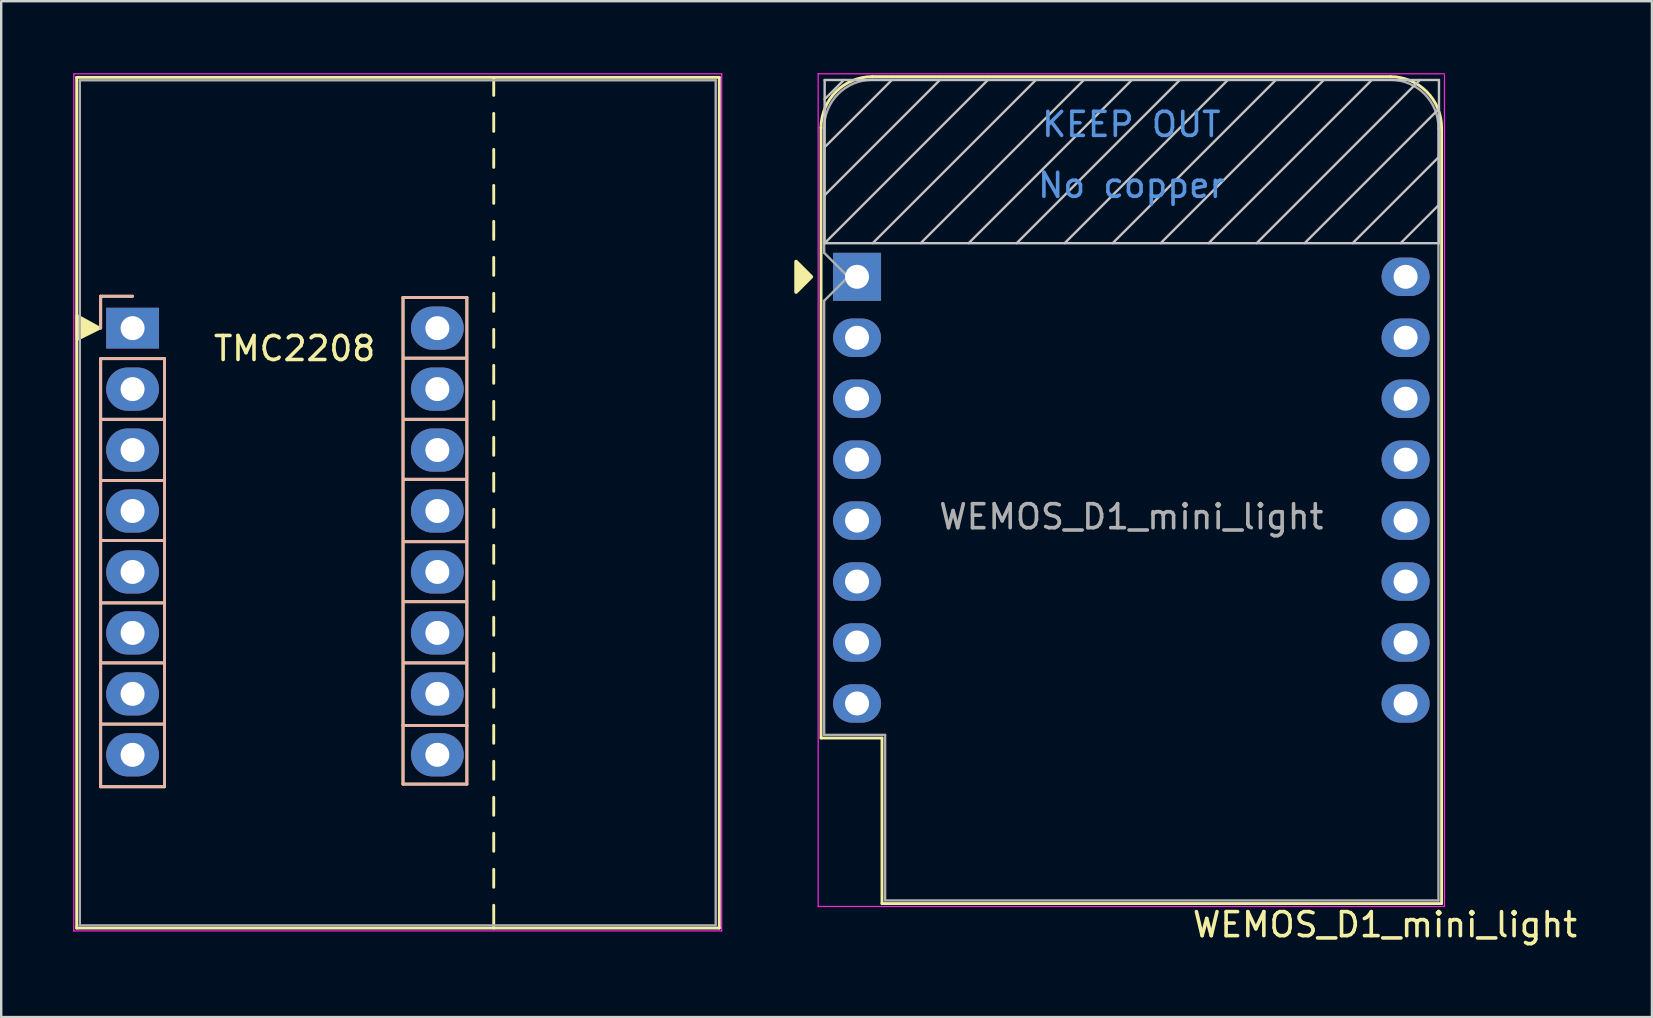
<source format=kicad_pcb>
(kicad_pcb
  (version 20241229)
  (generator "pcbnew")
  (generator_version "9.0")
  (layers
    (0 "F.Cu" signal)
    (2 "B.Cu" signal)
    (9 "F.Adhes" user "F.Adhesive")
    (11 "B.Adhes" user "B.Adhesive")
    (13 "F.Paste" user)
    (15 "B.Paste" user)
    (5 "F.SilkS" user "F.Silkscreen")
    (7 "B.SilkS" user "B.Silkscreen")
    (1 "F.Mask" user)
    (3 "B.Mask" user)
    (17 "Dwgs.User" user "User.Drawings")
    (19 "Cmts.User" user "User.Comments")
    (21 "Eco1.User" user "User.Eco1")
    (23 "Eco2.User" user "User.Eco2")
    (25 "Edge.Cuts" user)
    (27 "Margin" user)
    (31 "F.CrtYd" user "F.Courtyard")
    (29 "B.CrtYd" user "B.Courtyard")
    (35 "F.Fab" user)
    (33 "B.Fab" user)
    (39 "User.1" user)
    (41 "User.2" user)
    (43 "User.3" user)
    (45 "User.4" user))
  (footprint "WEMOS_D1_mini_light"
    (layer "F.Cu")
    (at 32.665 8.485)
    (property "Reference" "WEMOS_D1_mini_light" (at 22 27 0) (layer "F.SilkS") (effects (font (size 1 1) (thickness 0.15))))
    (attr through_hole)
    (fp_line (start -1.5 19.22) (end -1.5 -6.21) (stroke (width 0.12) (type solid)) (layer "F.SilkS"))
    (fp_line (start -1.5 19.22) (end 1.04 19.22) (stroke (width 0.12) (type solid)) (layer "F.SilkS"))
    (fp_line (start 1.04 19.22) (end 1.04 26.12) (stroke (width 0.12) (type solid)) (layer "F.SilkS"))
    (fp_line (start 1.04 26.12) (end 24.36 26.12) (stroke (width 0.12) (type solid)) (layer "F.SilkS"))
    (fp_line (start 22.24 -8.34) (end 0.63 -8.34) (stroke (width 0.12) (type solid)) (layer "F.SilkS"))
    (fp_line (start 24.36 26.12) (end 24.36 -6.21) (stroke (width 0.12) (type solid)) (layer "F.SilkS"))
    (fp_arc (start -1.5 -6.21) (mid -0.876137 -7.716137) (end 0.63 -8.34) (stroke (width 0.12) (type solid)) (layer "F.SilkS"))
    (fp_arc (start 22.23 -8.34) (mid 23.736137 -7.716137) (end 24.36 -6.21) (stroke (width 0.12) (type solid)) (layer "F.SilkS"))
    (fp_poly (pts (xy -2.54 -0.635) (xy -2.54 0.635) (xy -1.905 0)) (stroke (width 0.15) (type solid)) (fill yes) (layer "F.SilkS"))
    (fp_line (start -1.35 -8.2) (end -1.35 -1.4) (stroke (width 0.1) (type solid)) (layer "Dwgs.User"))
    (fp_line (start -1.35 -7.4) (end -0.55 -8.2) (stroke (width 0.1) (type solid)) (layer "Dwgs.User"))
    (fp_line (start -1.35 -3.4) (end 3.45 -8.2) (stroke (width 0.1) (type solid)) (layer "Dwgs.User"))
    (fp_line (start -1.35 -1.4) (end 5.45 -8.2) (stroke (width 0.1) (type solid)) (layer "Dwgs.User"))
    (fp_line (start -1.35 -1.4) (end 24.25 -1.4) (stroke (width 0.1) (type solid)) (layer "Dwgs.User"))
    (fp_line (start -1.3 -5.45) (end 1.45 -8.2) (stroke (width 0.1) (type solid)) (layer "Dwgs.User"))
    (fp_line (start 0.65 -1.4) (end 7.45 -8.2) (stroke (width 0.1) (type solid)) (layer "Dwgs.User"))
    (fp_line (start 2.65 -1.4) (end 9.45 -8.2) (stroke (width 0.1) (type solid)) (layer "Dwgs.User"))
    (fp_line (start 4.65 -1.4) (end 11.45 -8.2) (stroke (width 0.1) (type solid)) (layer "Dwgs.User"))
    (fp_line (start 6.65 -1.4) (end 13.45 -8.2) (stroke (width 0.1) (type solid)) (layer "Dwgs.User"))
    (fp_line (start 8.65 -1.4) (end 15.45 -8.2) (stroke (width 0.1) (type solid)) (layer "Dwgs.User"))
    (fp_line (start 10.65 -1.4) (end 17.45 -8.2) (stroke (width 0.1) (type solid)) (layer "Dwgs.User"))
    (fp_line (start 12.65 -1.4) (end 19.45 -8.2) (stroke (width 0.1) (type solid)) (layer "Dwgs.User"))
    (fp_line (start 14.65 -1.4) (end 21.45 -8.2) (stroke (width 0.1) (type solid)) (layer "Dwgs.User"))
    (fp_line (start 16.65 -1.4) (end 23.45 -8.2) (stroke (width 0.1) (type solid)) (layer "Dwgs.User"))
    (fp_line (start 18.65 -1.4) (end 24.25 -7) (stroke (width 0.1) (type solid)) (layer "Dwgs.User"))
    (fp_line (start 20.65 -1.4) (end 24.25 -5) (stroke (width 0.1) (type solid)) (layer "Dwgs.User"))
    (fp_line (start 22.65 -1.4) (end 24.25 -3) (stroke (width 0.1) (type solid)) (layer "Dwgs.User"))
    (fp_line (start 24.25 -8.2) (end -1.35 -8.2) (stroke (width 0.1) (type solid)) (layer "Dwgs.User"))
    (fp_line (start 24.25 -1.4) (end 24.25 -8.2) (stroke (width 0.1) (type solid)) (layer "Dwgs.User"))
    (fp_line (start -1.62 -8.46) (end 24.48 -8.46) (stroke (width 0.05) (type solid)) (layer "F.CrtYd"))
    (fp_line (start -1.62 26.24) (end -1.62 -8.46) (stroke (width 0.05) (type solid)) (layer "F.CrtYd"))
    (fp_line (start 24.48 -8.41) (end 24.48 26.24) (stroke (width 0.05) (type solid)) (layer "F.CrtYd"))
    (fp_line (start 24.48 26.24) (end -1.62 26.24) (stroke (width 0.05) (type solid)) (layer "F.CrtYd"))
    (fp_line (start -1.37 -6.21) (end -1.37 -1) (stroke (width 0.1) (type solid)) (layer "F.Fab"))
    (fp_line (start -1.37 1) (end -1.37 19.09) (stroke (width 0.1) (type solid)) (layer "F.Fab"))
    (fp_line (start -1.37 1) (end -0.37 0) (stroke (width 0.1) (type solid)) (layer "F.Fab"))
    (fp_line (start -1.37 19.09) (end 1.17 19.09) (stroke (width 0.1) (type solid)) (layer "F.Fab"))
    (fp_line (start -0.37 0) (end -1.37 -1) (stroke (width 0.1) (type solid)) (layer "F.Fab"))
    (fp_line (start 1.17 19.09) (end 1.17 25.99) (stroke (width 0.1) (type solid)) (layer "F.Fab"))
    (fp_line (start 1.17 25.99) (end 24.23 25.99) (stroke (width 0.1) (type solid)) (layer "F.Fab"))
    (fp_line (start 22.23 -8.21) (end 0.63 -8.21) (stroke (width 0.1) (type solid)) (layer "F.Fab"))
    (fp_line (start 24.23 25.99) (end 24.23 -6.21) (stroke (width 0.1) (type solid)) (layer "F.Fab"))
    (fp_arc (start -1.37 -6.21) (mid -0.784214 -7.624214) (end 0.63 -8.21) (stroke (width 0.1) (type solid)) (layer "F.Fab"))
    (fp_arc (start 22.25 -8.21) (mid 23.658356 -7.610071) (end 24.23 -6.19) (stroke (width 0.1) (type solid)) (layer "F.Fab"))
    (fp_text user "No copper" (at 11.43 -3.81 0) (layer "Cmts.User") (effects (font (size 1 1) (thickness 0.15))))
    (fp_text user "KEEP OUT" (at 11.43 -6.35 0) (layer "Cmts.User") (effects (font (size 1 1) (thickness 0.15))))
    (fp_text user "${REFERENCE}" (at 11.43 10 0) (layer "F.Fab") (effects (font (size 1 1) (thickness 0.15))))
    (pad "1" thru_hole rect (at 0 0) (size 2 2) (drill 1) (layers "*.Cu" "*.Mask"))
    (pad "2" thru_hole oval (at 0 2.54) (size 2 1.6) (drill 1) (layers "*.Cu" "*.Mask"))
    (pad "3" thru_hole oval (at 0 5.08) (size 2 1.6) (drill 1) (layers "*.Cu" "*.Mask"))
    (pad "4" thru_hole oval (at 0 7.62) (size 2 1.6) (drill 1) (layers "*.Cu" "*.Mask"))
    (pad "5" thru_hole oval (at 0 10.16) (size 2 1.6) (drill 1) (layers "*.Cu" "*.Mask"))
    (pad "6" thru_hole oval (at 0 12.7) (size 2 1.6) (drill 1) (layers "*.Cu" "*.Mask"))
    (pad "7" thru_hole oval (at 0 15.24) (size 2 1.6) (drill 1) (layers "*.Cu" "*.Mask"))
    (pad "8" thru_hole oval (at 0 17.78) (size 2 1.6) (drill 1) (layers "*.Cu" "*.Mask"))
    (pad "9" thru_hole oval (at 22.86 17.78) (size 2 1.6) (drill 1) (layers "*.Cu" "*.Mask"))
    (pad "10" thru_hole oval (at 22.86 15.24) (size 2 1.6) (drill 1) (layers "*.Cu" "*.Mask"))
    (pad "11" thru_hole oval (at 22.86 12.7) (size 2 1.6) (drill 1) (layers "*.Cu" "*.Mask"))
    (pad "12" thru_hole oval (at 22.86 10.16) (size 2 1.6) (drill 1) (layers "*.Cu" "*.Mask"))
    (pad "13" thru_hole oval (at 22.86 7.62) (size 2 1.6) (drill 1) (layers "*.Cu" "*.Mask"))
    (pad "14" thru_hole oval (at 22.86 5.08) (size 2 1.6) (drill 1) (layers "*.Cu" "*.Mask"))
    (pad "15" thru_hole oval (at 22.86 2.54) (size 2 1.6) (drill 1) (layers "*.Cu" "*.Mask"))
    (pad "16" thru_hole oval (at 22.86 0) (size 2 1.6) (drill 1) (layers "*.Cu" "*.Mask")))
  (footprint "TMC2208"
    (layer "F.Cu")
    (at 0.675 8.825)
    (property "Reference" "TMC2208" (at 8.55 2.65 0) (layer "F.SilkS") (effects (font (size 1 1) (thickness 0.15))))
    (attr through_hole)
    (fp_line (start -0.53 26.8) (end -0.53 -8.65) (stroke (width 0.12) (type solid)) (layer "F.SilkS"))
    (fp_line (start -0.53 26.8) (end 26.25 26.8) (stroke (width 0.12) (type solid)) (layer "F.SilkS"))
    (fp_line (start 0.47 0.47) (end 1.8 0.47) (stroke (width 0.12) (type solid)) (layer "F.SilkS"))
    (fp_line (start 0.47 1.8) (end 0.47 0.47) (stroke (width 0.12) (type solid)) (layer "F.SilkS"))
    (fp_line (start 0.47 3.07) (end 0.47 20.91) (stroke (width 0.12) (type solid)) (layer "F.SilkS"))
    (fp_line (start 0.47 3.07) (end 3.13 3.07) (stroke (width 0.12) (type solid)) (layer "F.SilkS"))
    (fp_line (start 0.47 20.91) (end 3.13 20.91) (stroke (width 0.12) (type solid)) (layer "F.SilkS"))
    (fp_line (start 3.05 18.3) (end 0.5 18.3) (stroke (width 0.12) (type solid)) (layer "F.SilkS"))
    (fp_line (start 3.1 5.6) (end 0.5 5.6) (stroke (width 0.12) (type solid)) (layer "F.SilkS"))
    (fp_line (start 3.1 8.15) (end 0.5 8.15) (stroke (width 0.12) (type solid)) (layer "F.SilkS"))
    (fp_line (start 3.1 10.65) (end 0.5 10.65) (stroke (width 0.12) (type solid)) (layer "F.SilkS"))
    (fp_line (start 3.1 13.25) (end 0.5 13.25) (stroke (width 0.12) (type solid)) (layer "F.SilkS"))
    (fp_line (start 3.1 15.75) (end 0.5 15.75) (stroke (width 0.12) (type solid)) (layer "F.SilkS"))
    (fp_line (start 3.13 3.07) (end 3.13 20.91) (stroke (width 0.12) (type solid)) (layer "F.SilkS"))
    (fp_line (start 13.07 0.52) (end 13.07 18.36) (stroke (width 0.12) (type solid)) (layer "F.SilkS"))
    (fp_line (start 13.07 0.52) (end 15.73 0.52) (stroke (width 0.12) (type solid)) (layer "F.SilkS"))
    (fp_line (start 13.07 18.36) (end 13.07 20.8) (stroke (width 0.12) (type solid)) (layer "F.SilkS"))
    (fp_line (start 13.07 18.36) (end 15.73 18.36) (stroke (width 0.12) (type solid)) (layer "F.SilkS"))
    (fp_line (start 13.07 20.8) (end 15.73 20.8) (stroke (width 0.12) (type solid)) (layer "F.SilkS"))
    (fp_line (start 15.65 15.75) (end 13.1 15.75) (stroke (width 0.12) (type solid)) (layer "F.SilkS"))
    (fp_line (start 15.7 3.05) (end 13.1 3.05) (stroke (width 0.12) (type solid)) (layer "F.SilkS"))
    (fp_line (start 15.7 5.6) (end 13.1 5.6) (stroke (width 0.12) (type solid)) (layer "F.SilkS"))
    (fp_line (start 15.7 8.1) (end 13.1 8.1) (stroke (width 0.12) (type solid)) (layer "F.SilkS"))
    (fp_line (start 15.7 10.7) (end 13.1 10.7) (stroke (width 0.12) (type solid)) (layer "F.SilkS"))
    (fp_line (start 15.7 13.2) (end 13.1 13.2) (stroke (width 0.12) (type solid)) (layer "F.SilkS"))
    (fp_line (start 15.73 0.52) (end 15.73 18.36) (stroke (width 0.12) (type solid)) (layer "F.SilkS"))
    (fp_line (start 15.73 18.36) (end 15.73 20.8) (stroke (width 0.12) (type solid)) (layer "F.SilkS"))
    (fp_line (start 16.85 -8.65) (end 16.85 -7.9) (stroke (width 0.12) (type solid)) (layer "F.SilkS"))
    (fp_line (start 16.85 -6.4) (end 16.85 -7.15) (stroke (width 0.12) (type solid)) (layer "F.SilkS"))
    (fp_line (start 16.85 -4.9) (end 16.85 -5.65) (stroke (width 0.12) (type solid)) (layer "F.SilkS"))
    (fp_line (start 16.85 -4.15) (end 16.85 -3.4) (stroke (width 0.12) (type solid)) (layer "F.SilkS"))
    (fp_line (start 16.85 -1.9) (end 16.85 -2.65) (stroke (width 0.12) (type solid)) (layer "F.SilkS"))
    (fp_line (start 16.85 -0.4) (end 16.85 -1.15) (stroke (width 0.12) (type solid)) (layer "F.SilkS"))
    (fp_line (start 16.85 1.1) (end 16.85 0.35) (stroke (width 0.12) (type solid)) (layer "F.SilkS"))
    (fp_line (start 16.85 1.85) (end 16.85 2.6) (stroke (width 0.12) (type solid)) (layer "F.SilkS"))
    (fp_line (start 16.85 4.1) (end 16.85 3.35) (stroke (width 0.12) (type solid)) (layer "F.SilkS"))
    (fp_line (start 16.85 5.6) (end 16.85 4.85) (stroke (width 0.12) (type solid)) (layer "F.SilkS"))
    (fp_line (start 16.85 6.35) (end 16.85 7.1) (stroke (width 0.12) (type solid)) (layer "F.SilkS"))
    (fp_line (start 16.85 7.85) (end 16.85 8.6) (stroke (width 0.12) (type solid)) (layer "F.SilkS"))
    (fp_line (start 16.85 9.35) (end 16.85 10.1) (stroke (width 0.12) (type solid)) (layer "F.SilkS"))
    (fp_line (start 16.85 11.6) (end 16.85 10.85) (stroke (width 0.12) (type solid)) (layer "F.SilkS"))
    (fp_line (start 16.85 12.35) (end 16.85 13.1) (stroke (width 0.12) (type solid)) (layer "F.SilkS"))
    (fp_line (start 16.85 13.85) (end 16.85 14.6) (stroke (width 0.12) (type solid)) (layer "F.SilkS"))
    (fp_line (start 16.85 16.1) (end 16.85 15.35) (stroke (width 0.12) (type solid)) (layer "F.SilkS"))
    (fp_line (start 16.85 17.6) (end 16.85 16.85) (stroke (width 0.12) (type solid)) (layer "F.SilkS"))
    (fp_line (start 16.85 18.35) (end 16.85 19.1) (stroke (width 0.12) (type solid)) (layer "F.SilkS"))
    (fp_line (start 16.85 19.85) (end 16.85 20.6) (stroke (width 0.12) (type solid)) (layer "F.SilkS"))
    (fp_line (start 16.85 21.35) (end 16.85 22.1) (stroke (width 0.12) (type solid)) (layer "F.SilkS"))
    (fp_line (start 16.85 23.6) (end 16.85 22.85) (stroke (width 0.12) (type solid)) (layer "F.SilkS"))
    (fp_line (start 16.85 24.35) (end 16.85 25.1) (stroke (width 0.12) (type solid)) (layer "F.SilkS"))
    (fp_line (start 16.85 25.85) (end 16.85 26.8) (stroke (width 0.12) (type solid)) (layer "F.SilkS"))
    (fp_line (start 26.25 -8.65) (end -0.53 -8.65) (stroke (width 0.12) (type solid)) (layer "F.SilkS"))
    (fp_line (start 26.25 -8.65) (end 26.25 26.8) (stroke (width 0.12) (type solid)) (layer "F.SilkS"))
    (fp_poly (pts (xy -0.5 1.3) (xy -0.5 2.25) (xy 0.4 1.8)) (stroke (width 0.15) (type solid)) (fill yes) (layer "F.SilkS"))
    (fp_line (start 0.47 0.47) (end 0.47 1.8) (stroke (width 0.12) (type solid)) (layer "B.SilkS"))
    (fp_line (start 0.47 3.07) (end 0.47 20.91) (stroke (width 0.12) (type solid)) (layer "B.SilkS"))
    (fp_line (start 0.5 5.6) (end 3.1 5.6) (stroke (width 0.12) (type solid)) (layer "B.SilkS"))
    (fp_line (start 0.5 8.15) (end 3.1 8.15) (stroke (width 0.12) (type solid)) (layer "B.SilkS"))
    (fp_line (start 0.5 10.65) (end 3.1 10.65) (stroke (width 0.12) (type solid)) (layer "B.SilkS"))
    (fp_line (start 0.5 13.25) (end 3.1 13.25) (stroke (width 0.12) (type solid)) (layer "B.SilkS"))
    (fp_line (start 0.5 15.75) (end 3.1 15.75) (stroke (width 0.12) (type solid)) (layer "B.SilkS"))
    (fp_line (start 0.5 18.3) (end 3.1 18.3) (stroke (width 0.12) (type solid)) (layer "B.SilkS"))
    (fp_line (start 1.8 0.47) (end 0.47 0.47) (stroke (width 0.12) (type solid)) (layer "B.SilkS"))
    (fp_line (start 3.13 3.07) (end 0.47 3.07) (stroke (width 0.12) (type solid)) (layer "B.SilkS"))
    (fp_line (start 3.13 3.07) (end 3.13 20.91) (stroke (width 0.12) (type solid)) (layer "B.SilkS"))
    (fp_line (start 3.13 20.91) (end 0.47 20.91) (stroke (width 0.12) (type solid)) (layer "B.SilkS"))
    (fp_line (start 13.07 0.52) (end 13.07 18.36) (stroke (width 0.12) (type solid)) (layer "B.SilkS"))
    (fp_line (start 13.07 18.36) (end 13.07 20.8) (stroke (width 0.12) (type solid)) (layer "B.SilkS"))
    (fp_line (start 13.1 3.05) (end 15.7 3.05) (stroke (width 0.12) (type solid)) (layer "B.SilkS"))
    (fp_line (start 13.1 5.6) (end 15.7 5.6) (stroke (width 0.12) (type solid)) (layer "B.SilkS"))
    (fp_line (start 13.1 8.1) (end 15.7 8.1) (stroke (width 0.12) (type solid)) (layer "B.SilkS"))
    (fp_line (start 13.1 10.7) (end 15.7 10.7) (stroke (width 0.12) (type solid)) (layer "B.SilkS"))
    (fp_line (start 13.1 13.2) (end 15.7 13.2) (stroke (width 0.12) (type solid)) (layer "B.SilkS"))
    (fp_line (start 13.15 15.75) (end 15.7 15.75) (stroke (width 0.12) (type solid)) (layer "B.SilkS"))
    (fp_line (start 15.73 0.52) (end 13.07 0.52) (stroke (width 0.12) (type solid)) (layer "B.SilkS"))
    (fp_line (start 15.73 0.52) (end 15.73 18.36) (stroke (width 0.12) (type solid)) (layer "B.SilkS"))
    (fp_line (start 15.73 18.36) (end 13.07 18.36) (stroke (width 0.12) (type solid)) (layer "B.SilkS"))
    (fp_line (start 15.73 18.36) (end 15.73 20.8) (stroke (width 0.12) (type solid)) (layer "B.SilkS"))
    (fp_line (start 15.73 20.8) (end 13.07 20.8) (stroke (width 0.12) (type solid)) (layer "B.SilkS"))
    (fp_line (start -0.65 -8.8) (end 26.35 -8.8) (stroke (width 0.05) (type solid)) (layer "F.CrtYd"))
    (fp_line (start -0.65 26.92) (end -0.65 -8.8) (stroke (width 0.05) (type solid)) (layer "F.CrtYd"))
    (fp_line (start 26.35 -8.8) (end 26.35 26.92) (stroke (width 0.05) (type solid)) (layer "F.CrtYd"))
    (fp_line (start 26.35 26.92) (end -0.65 26.92) (stroke (width 0.05) (type solid)) (layer "F.CrtYd"))
    (fp_line (start -0.4 -8.53) (end -0.4 26.69) (stroke (width 0.1) (type solid)) (layer "F.Fab"))
    (fp_line (start -0.4 26.69) (end 26.1 26.69) (stroke (width 0.1) (type solid)) (layer "F.Fab"))
    (fp_line (start 26.1 -8.53) (end -0.4 -8.53) (stroke (width 0.1) (type solid)) (layer "F.Fab"))
    (fp_line (start 26.1 26.69) (end 26.1 -8.53) (stroke (width 0.1) (type solid)) (layer "F.Fab"))
    (pad "1" thru_hole rect (at 1.8 1.8) (size 2.2 1.7) (drill 1) (layers "*.Cu" "*.Mask"))
    (pad "2" thru_hole oval (at 1.8 4.34) (size 2.2 1.8) (drill 1) (layers "*.Cu" "*.Mask"))
    (pad "3" thru_hole oval (at 1.8 6.88) (size 2.2 1.8) (drill 1) (layers "*.Cu" "*.Mask"))
    (pad "4" thru_hole oval (at 1.8 9.42) (size 2.2 1.8) (drill 1) (layers "*.Cu" "*.Mask"))
    (pad "5" thru_hole oval (at 1.8 11.96) (size 2.2 1.8) (drill 1) (layers "*.Cu" "*.Mask"))
    (pad "6" thru_hole oval (at 1.8 14.5) (size 2.2 1.8) (drill 1) (layers "*.Cu" "*.Mask"))
    (pad "7" thru_hole oval (at 1.8 17.04) (size 2.2 1.8) (drill 1) (layers "*.Cu" "*.Mask"))
    (pad "8" thru_hole oval (at 1.8 19.58) (size 2.2 1.8) (drill 1) (layers "*.Cu" "*.Mask"))
    (pad "9" thru_hole oval (at 14.5 19.58) (size 2.2 1.8) (drill 1) (layers "*.Cu" "*.Mask"))
    (pad "10" thru_hole oval (at 14.5 17.04) (size 2.2 1.8) (drill 1) (layers "*.Cu" "*.Mask"))
    (pad "11" thru_hole oval (at 14.5 14.5) (size 2.2 1.8) (drill 1) (layers "*.Cu" "*.Mask"))
    (pad "12" thru_hole oval (at 14.5 11.96) (size 2.2 1.8) (drill 1) (layers "*.Cu" "*.Mask"))
    (pad "13" thru_hole oval (at 14.5 9.42) (size 2.2 1.8) (drill 1) (layers "*.Cu" "*.Mask"))
    (pad "14" thru_hole oval (at 14.5 6.88) (size 2.2 1.8) (drill 1) (layers "*.Cu" "*.Mask"))
    (pad "15" thru_hole oval (at 14.5 4.34) (size 2.2 1.8) (drill 1) (layers "*.Cu" "*.Mask"))
    (pad "16" thru_hole oval (at 14.5 1.8) (size 2.2 1.8) (drill 1) (layers "*.Cu" "*.Mask")))
  (gr_rect
    (start -3 -3)
    (end 65.79 39.333)
    (stroke (width 0.1) (type default))
    (fill no)
    (layer "Edge.Cuts")))
</source>
